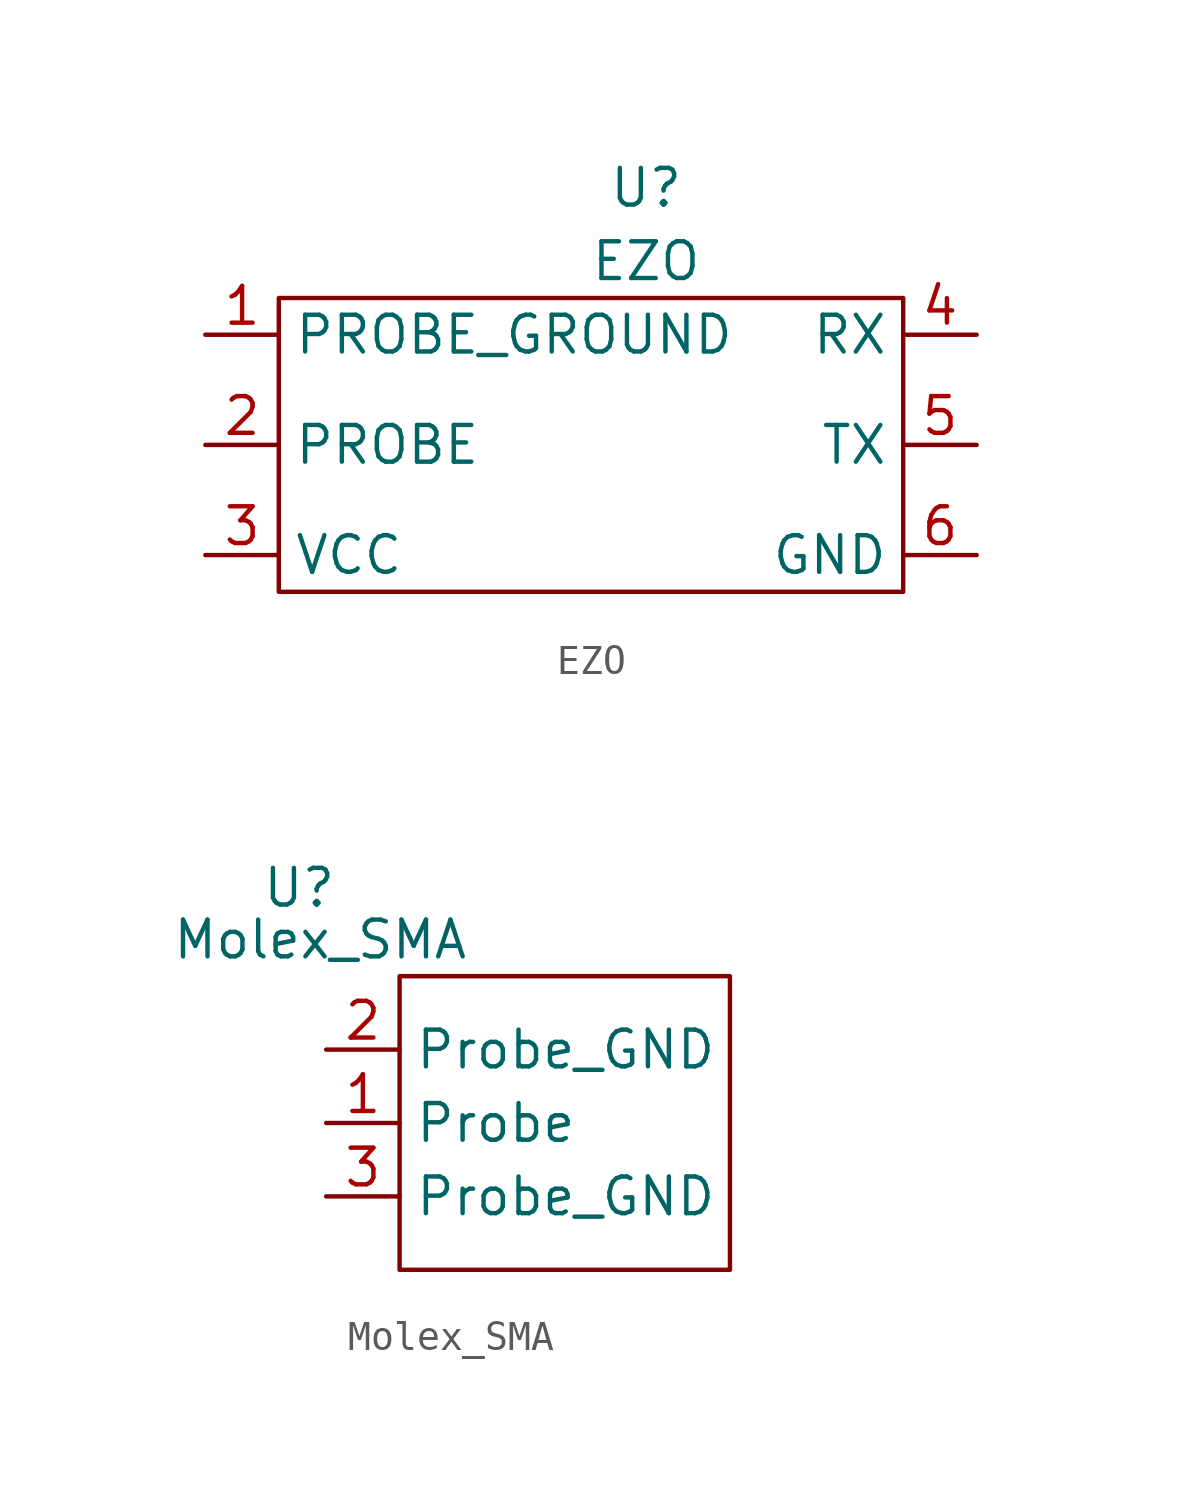
<source format=kicad_sym>
(kicad_symbol_lib
  (version 20211014)
  (generator kicad_symbol_editor)
  (symbol "EZO"
    (property "Reference" "U"
      (at 2.54 2.54 0)
      (effects (font (size 1.27 1.27))))
    (property "Value" "EZO"
      (at 2.54 0 0)
      (effects (font (size 1.27 1.27))))
    (symbol "EZO_0_1"
      (rectangle (start -10.16 -1.27) (end 11.43 -11.43) (stroke (width 0) (type default) (color 0 0 0 0)) (fill (type none))))
    (symbol "EZO_1_1"
      (pin input line (at -12.7 -2.54 0) (length 2.54) (name "PROBE_GROUND" (effects (font (size 1.27 1.27)))) (number "1" (effects (font (size 1.27 1.27)))))
      (pin input line (at -12.7 -6.35 0) (length 2.54) (name "PROBE" (effects (font (size 1.27 1.27)))) (number "2" (effects (font (size 1.27 1.27)))))
      (pin input line (at -12.7 -10.16 0) (length 2.54) (name "VCC" (effects (font (size 1.27 1.27)))) (number "3" (effects (font (size 1.27 1.27)))))
      (pin input line (at 13.97 -2.54 180) (length 2.54) (name "RX" (effects (font (size 1.27 1.27)))) (number "4" (effects (font (size 1.27 1.27)))))
      (pin input line (at 13.97 -6.35 180) (length 2.54) (name "TX" (effects (font (size 1.27 1.27)))) (number "5" (effects (font (size 1.27 1.27)))))
      (pin input line (at 13.97 -10.16 180) (length 2.54) (name "GND" (effects (font (size 1.27 1.27)))) (number "6" (effects (font (size 1.27 1.27)))))))
  (symbol "Molex_SMA"
    (property "Reference" "U"
      (at -0.934 8.138 0)
      (effects (font (size 1.27 1.27))))
    (property "Value" "Molex_SMA"
      (at -0.206 6.346 0)
      (effects (font (size 1.27 1.27))))
    (symbol "Molex_SMA_0_1"
      (rectangle (start 2.54 5.08) (end 13.97 -5.08) (stroke (width 0) (type default) (color 0 0 0 0)) (fill (type none))))
    (symbol "Molex_SMA_1_1"
      (pin input line (at 0 0 0) (length 2.54) (name "Probe" (effects (font (size 1.27 1.27)))) (number "1" (effects (font (size 1.27 1.27)))))
      (pin input line (at 0 2.54 0) (length 2.54) (name "Probe_GND" (effects (font (size 1.27 1.27)))) (number "2" (effects (font (size 1.27 1.27)))))
      (pin input line (at 0 -2.54 0) (length 2.54) (name "Probe_GND" (effects (font (size 1.27 1.27)))) (number "3" (effects (font (size 1.27 1.27))))))))
</source>
